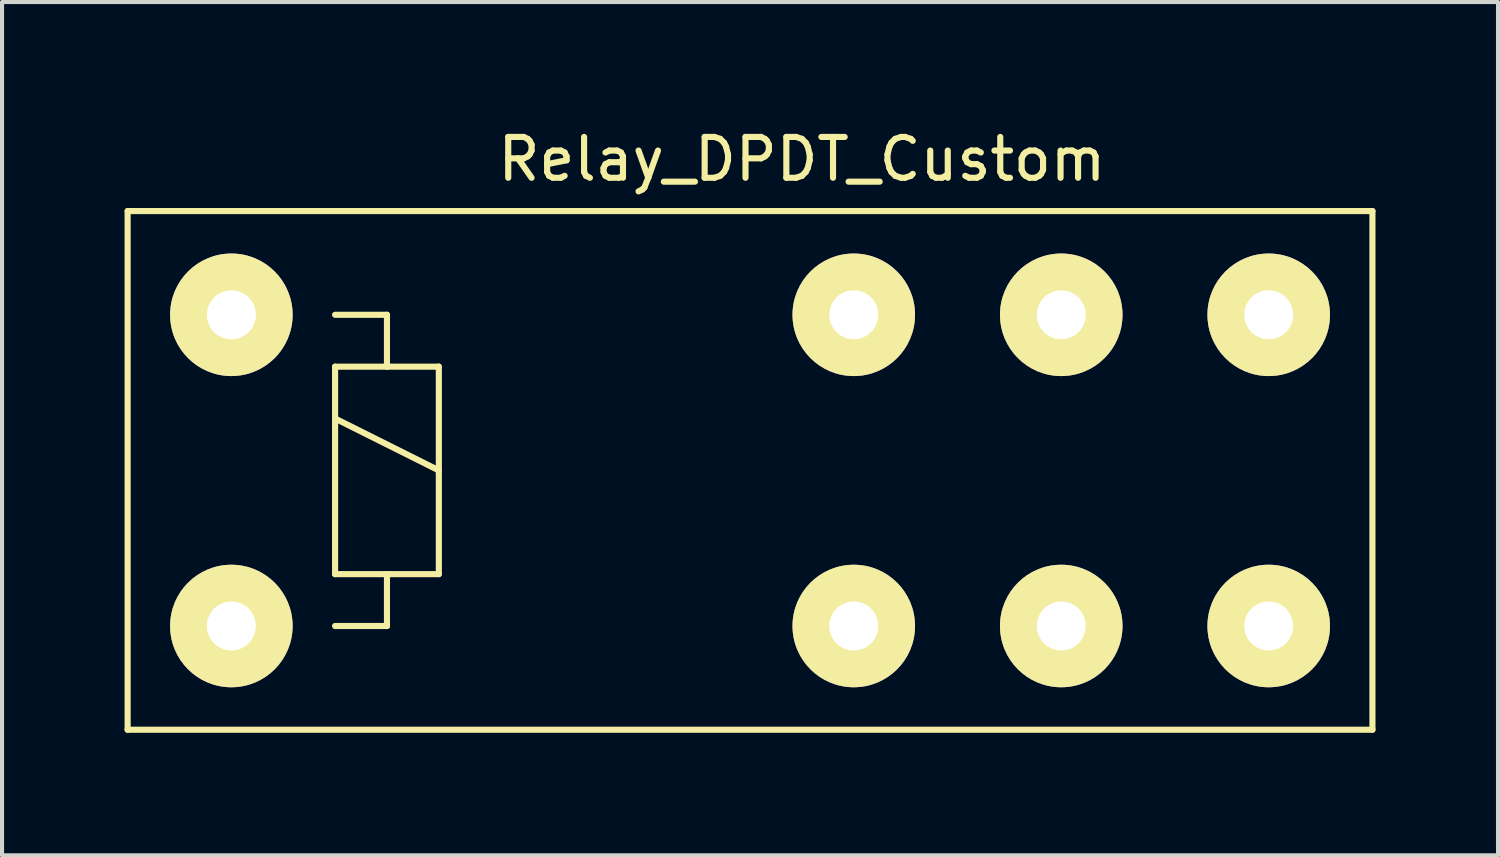
<source format=kicad_pcb>
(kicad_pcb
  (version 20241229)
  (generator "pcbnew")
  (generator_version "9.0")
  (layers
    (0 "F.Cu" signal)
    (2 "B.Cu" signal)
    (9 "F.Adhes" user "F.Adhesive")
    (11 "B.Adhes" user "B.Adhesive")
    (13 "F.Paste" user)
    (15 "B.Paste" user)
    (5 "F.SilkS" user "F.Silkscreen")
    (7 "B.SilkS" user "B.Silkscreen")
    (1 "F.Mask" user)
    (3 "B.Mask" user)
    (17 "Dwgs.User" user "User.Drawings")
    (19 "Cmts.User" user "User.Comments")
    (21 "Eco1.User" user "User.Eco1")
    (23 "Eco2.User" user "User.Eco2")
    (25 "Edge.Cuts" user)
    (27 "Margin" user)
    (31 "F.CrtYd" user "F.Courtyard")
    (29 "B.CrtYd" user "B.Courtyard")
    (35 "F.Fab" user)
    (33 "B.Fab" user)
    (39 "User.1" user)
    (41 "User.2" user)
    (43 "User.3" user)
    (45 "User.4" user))
  (footprint "Relay_DPDT_Custom"
    (layer "F.Cu")
    (at 13.615 8.278)
    (property "Reference" "Relay_DPDT_Custom" (at 2.97 -7.43 0) (layer "F.SilkS") (effects (font (size 1 1) (thickness 0.15))))
    (attr through_hole)
    (fp_line (start -13.54 -6.16) (end 16.94 -6.16) (stroke (width 0.15) (type solid)) (layer "F.SilkS"))
    (fp_line (start -13.54 6.54) (end -13.54 -6.16) (stroke (width 0.15) (type solid)) (layer "F.SilkS"))
    (fp_line (start -8.46 -3.62) (end -7.19 -3.62) (stroke (width 0.15) (type solid)) (layer "F.SilkS"))
    (fp_line (start -8.46 -2.35) (end -7.19 -2.35) (stroke (width 0.15) (type solid)) (layer "F.SilkS"))
    (fp_line (start -8.46 -1.08) (end -5.92 0.19) (stroke (width 0.15) (type solid)) (layer "F.SilkS"))
    (fp_line (start -8.46 2.73) (end -8.46 -2.35) (stroke (width 0.15) (type solid)) (layer "F.SilkS"))
    (fp_line (start -7.19 -3.62) (end -7.19 -2.35) (stroke (width 0.15) (type solid)) (layer "F.SilkS"))
    (fp_line (start -7.19 -2.35) (end -5.92 -2.35) (stroke (width 0.15) (type solid)) (layer "F.SilkS"))
    (fp_line (start -7.19 2.73) (end -7.19 4) (stroke (width 0.15) (type solid)) (layer "F.SilkS"))
    (fp_line (start -7.19 4) (end -8.46 4) (stroke (width 0.15) (type solid)) (layer "F.SilkS"))
    (fp_line (start -5.92 -2.35) (end -5.92 2.73) (stroke (width 0.15) (type solid)) (layer "F.SilkS"))
    (fp_line (start -5.92 2.73) (end -8.46 2.73) (stroke (width 0.15) (type solid)) (layer "F.SilkS"))
    (fp_line (start 16.94 -6.16) (end 16.94 6.54) (stroke (width 0.15) (type solid)) (layer "F.SilkS"))
    (fp_line (start 16.94 6.54) (end -13.54 6.54) (stroke (width 0.15) (type solid)) (layer "F.SilkS"))
    (pad "1" thru_hole circle (at 4.24 4) (size 3 3) (drill 1.199) (layers "*.Cu" "*.Mask" "F.SilkS"))
    (pad "3" thru_hole circle (at 14.4 4) (size 3 3) (drill 1.199) (layers "*.Cu" "*.Mask" "F.SilkS"))
    (pad "5" thru_hole circle (at 9.32 4) (size 3 3) (drill 1.199) (layers "*.Cu" "*.Mask" "F.SilkS"))
    (pad "8" thru_hole circle (at -11 -3.62) (size 3 3) (drill 1.199) (layers "*.Cu" "*.Mask" "F.SilkS"))
    (pad "9" thru_hole circle (at -11 4) (size 3 3) (drill 1.199) (layers "*.Cu" "*.Mask" "F.SilkS"))
    (pad "12" thru_hole circle (at 9.32 -3.62) (size 3 3) (drill 1.199) (layers "*.Cu" "*.Mask" "F.SilkS"))
    (pad "14" thru_hole circle (at 14.4 -3.62) (size 3 3) (drill 1.199) (layers "*.Cu" "*.Mask" "F.SilkS"))
    (pad "16" thru_hole circle (at 4.24 -3.62) (size 3 3) (drill 1.199) (layers "*.Cu" "*.Mask" "F.SilkS")))
  (gr_rect
    (start -3 -3)
    (end 33.63 17.893)
    (stroke (width 0.1) (type default))
    (fill no)
    (layer "Edge.Cuts")))
</source>
